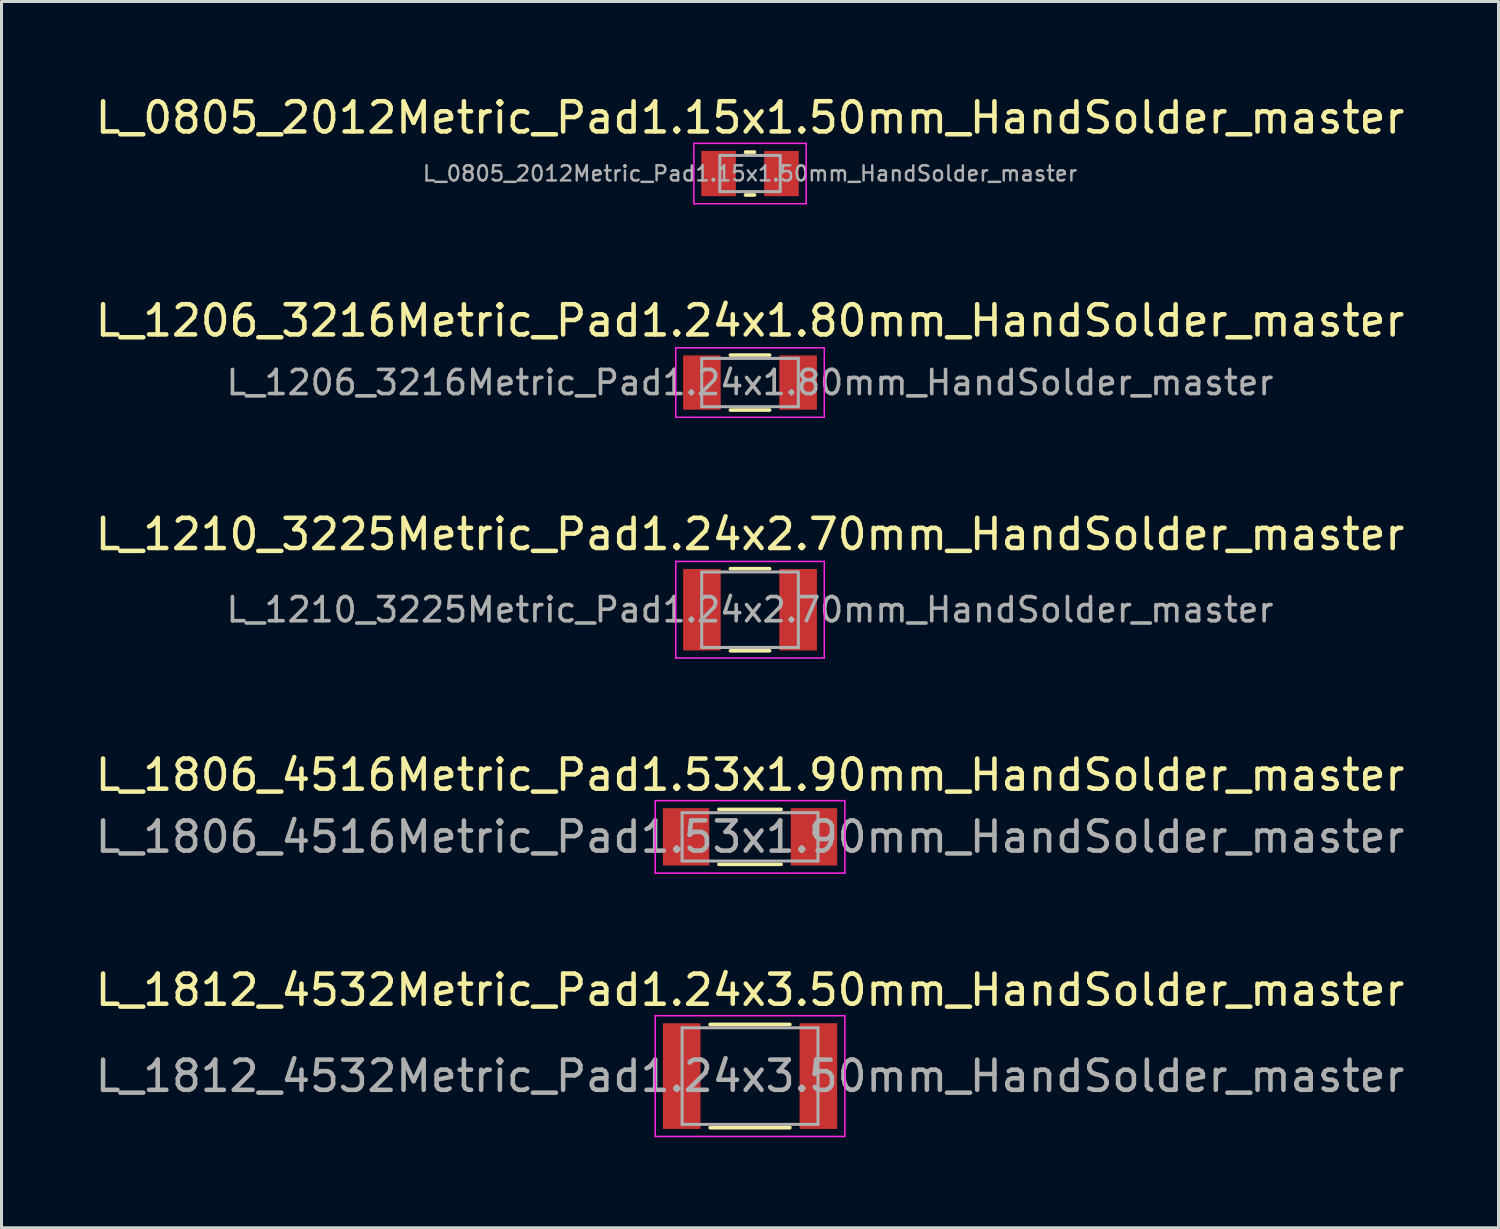
<source format=kicad_pcb>
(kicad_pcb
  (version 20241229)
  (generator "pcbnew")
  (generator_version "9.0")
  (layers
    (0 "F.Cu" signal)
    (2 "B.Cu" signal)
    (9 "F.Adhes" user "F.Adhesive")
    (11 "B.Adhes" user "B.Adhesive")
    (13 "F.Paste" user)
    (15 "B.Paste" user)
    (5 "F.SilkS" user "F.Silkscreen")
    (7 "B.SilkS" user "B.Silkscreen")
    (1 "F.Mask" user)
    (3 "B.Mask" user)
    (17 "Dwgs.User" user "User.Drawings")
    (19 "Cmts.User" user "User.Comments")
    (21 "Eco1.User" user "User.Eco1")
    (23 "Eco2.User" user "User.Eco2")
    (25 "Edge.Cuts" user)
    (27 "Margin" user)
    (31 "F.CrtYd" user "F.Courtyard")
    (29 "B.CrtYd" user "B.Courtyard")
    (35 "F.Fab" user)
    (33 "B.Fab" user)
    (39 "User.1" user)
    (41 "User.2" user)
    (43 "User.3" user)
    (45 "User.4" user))
  (footprint "L_1210_3225Metric_Pad1.24x2.70mm_HandSolder_master"
    (layer "F.Cu")
    (at 21.792 17.145)
    (property "Reference" "L_1210_3225Metric_Pad1.24x2.70mm_HandSolder_master" (at 0 -2.5 0) (layer "F.SilkS") (effects (font (size 1 1) (thickness 0.15))))
    (attr smd)
    (fp_line (start -0.65 -1.36) (end 0.65 -1.36) (stroke (width 0.12) (type solid)) (layer "F.SilkS"))
    (fp_line (start -0.65 1.36) (end 0.65 1.36) (stroke (width 0.12) (type solid)) (layer "F.SilkS"))
    (fp_line (start -2.46 -1.6) (end 2.46 -1.6) (stroke (width 0.05) (type solid)) (layer "F.CrtYd"))
    (fp_line (start -2.46 1.6) (end -2.46 -1.6) (stroke (width 0.05) (type solid)) (layer "F.CrtYd"))
    (fp_line (start 2.46 -1.6) (end 2.46 1.6) (stroke (width 0.05) (type solid)) (layer "F.CrtYd"))
    (fp_line (start 2.46 1.6) (end -2.46 1.6) (stroke (width 0.05) (type solid)) (layer "F.CrtYd"))
    (fp_line (start -1.6 -1.25) (end 1.6 -1.25) (stroke (width 0.1) (type solid)) (layer "F.Fab"))
    (fp_line (start -1.6 1.25) (end -1.6 -1.25) (stroke (width 0.1) (type solid)) (layer "F.Fab"))
    (fp_line (start 1.6 -1.25) (end 1.6 1.25) (stroke (width 0.1) (type solid)) (layer "F.Fab"))
    (fp_line (start 1.6 1.25) (end -1.6 1.25) (stroke (width 0.1) (type solid)) (layer "F.Fab"))
    (fp_text user "${REFERENCE}" (at 0 0 0) (layer "F.Fab") (effects (font (size 0.8 0.8) (thickness 0.12))))
    (pad "1" smd rect (at -1.593 0) (size 1.245 2.7) (layers "F.Cu" "F.Mask" "F.Paste"))
    (pad "2" smd rect (at 1.593 0) (size 1.245 2.7) (layers "F.Cu" "F.Mask" "F.Paste")))
  (footprint "L_1806_4516Metric_Pad1.53x1.90mm_HandSolder_master"
    (layer "F.Cu")
    (at 21.792 24.668)
    (property "Reference" "L_1806_4516Metric_Pad1.53x1.90mm_HandSolder_master" (at 0 -2.05 0) (layer "F.SilkS") (effects (font (size 1 1) (thickness 0.15))))
    (attr smd)
    (fp_line (start -1.03 -0.91) (end 1.03 -0.91) (stroke (width 0.12) (type solid)) (layer "F.SilkS"))
    (fp_line (start -1.03 0.91) (end 1.03 0.91) (stroke (width 0.12) (type solid)) (layer "F.SilkS"))
    (fp_line (start -3.14 -1.2) (end 3.14 -1.2) (stroke (width 0.05) (type solid)) (layer "F.CrtYd"))
    (fp_line (start -3.14 1.2) (end -3.14 -1.2) (stroke (width 0.05) (type solid)) (layer "F.CrtYd"))
    (fp_line (start 3.14 -1.2) (end 3.14 1.2) (stroke (width 0.05) (type solid)) (layer "F.CrtYd"))
    (fp_line (start 3.14 1.2) (end -3.14 1.2) (stroke (width 0.05) (type solid)) (layer "F.CrtYd"))
    (fp_line (start -2.25 -0.8) (end 2.25 -0.8) (stroke (width 0.1) (type solid)) (layer "F.Fab"))
    (fp_line (start -2.25 0.8) (end -2.25 -0.8) (stroke (width 0.1) (type solid)) (layer "F.Fab"))
    (fp_line (start 2.25 -0.8) (end 2.25 0.8) (stroke (width 0.1) (type solid)) (layer "F.Fab"))
    (fp_line (start 2.25 0.8) (end -2.25 0.8) (stroke (width 0.1) (type solid)) (layer "F.Fab"))
    (fp_text user "${REFERENCE}" (at 0 0 0) (layer "F.Fab") (effects (font (size 1 1) (thickness 0.15))))
    (pad "1" smd rect (at -2.118 0) (size 1.535 1.9) (layers "F.Cu" "F.Mask" "F.Paste"))
    (pad "2" smd rect (at 2.118 0) (size 1.535 1.9) (layers "F.Cu" "F.Mask" "F.Paste")))
  (footprint "L_1812_4532Metric_Pad1.24x3.50mm_HandSolder_master"
    (layer "F.Cu")
    (at 21.792 32.591)
    (property "Reference" "L_1812_4532Metric_Pad1.24x3.50mm_HandSolder_master" (at 0 -2.85 0) (layer "F.SilkS") (effects (font (size 1 1) (thickness 0.15))))
    (attr smd)
    (fp_line (start -1.32 -1.71) (end 1.32 -1.71) (stroke (width 0.12) (type solid)) (layer "F.SilkS"))
    (fp_line (start -1.32 1.71) (end 1.32 1.71) (stroke (width 0.12) (type solid)) (layer "F.SilkS"))
    (fp_line (start -3.14 -2) (end 3.14 -2) (stroke (width 0.05) (type solid)) (layer "F.CrtYd"))
    (fp_line (start -3.14 2) (end -3.14 -2) (stroke (width 0.05) (type solid)) (layer "F.CrtYd"))
    (fp_line (start 3.14 -2) (end 3.14 2) (stroke (width 0.05) (type solid)) (layer "F.CrtYd"))
    (fp_line (start 3.14 2) (end -3.14 2) (stroke (width 0.05) (type solid)) (layer "F.CrtYd"))
    (fp_line (start -2.25 -1.6) (end 2.25 -1.6) (stroke (width 0.1) (type solid)) (layer "F.Fab"))
    (fp_line (start -2.25 1.6) (end -2.25 -1.6) (stroke (width 0.1) (type solid)) (layer "F.Fab"))
    (fp_line (start 2.25 -1.6) (end 2.25 1.6) (stroke (width 0.1) (type solid)) (layer "F.Fab"))
    (fp_line (start 2.25 1.6) (end -2.25 1.6) (stroke (width 0.1) (type solid)) (layer "F.Fab"))
    (fp_text user "${REFERENCE}" (at 0 0 0) (layer "F.Fab") (effects (font (size 1 1) (thickness 0.15))))
    (pad "1" smd rect (at -2.263 0) (size 1.245 3.5) (layers "F.Cu" "F.Mask" "F.Paste"))
    (pad "2" smd rect (at 2.263 0) (size 1.245 3.5) (layers "F.Cu" "F.Mask" "F.Paste")))
  (footprint "L_1206_3216Metric_Pad1.24x1.80mm_HandSolder_master"
    (layer "F.Cu")
    (at 21.792 9.621)
    (property "Reference" "L_1206_3216Metric_Pad1.24x1.80mm_HandSolder_master" (at 0 -2.05 0) (layer "F.SilkS") (effects (font (size 1 1) (thickness 0.15))))
    (attr smd)
    (fp_line (start -0.65 -0.91) (end 0.65 -0.91) (stroke (width 0.12) (type solid)) (layer "F.SilkS"))
    (fp_line (start -0.65 0.91) (end 0.65 0.91) (stroke (width 0.12) (type solid)) (layer "F.SilkS"))
    (fp_line (start -2.46 -1.15) (end 2.46 -1.15) (stroke (width 0.05) (type solid)) (layer "F.CrtYd"))
    (fp_line (start -2.46 1.15) (end -2.46 -1.15) (stroke (width 0.05) (type solid)) (layer "F.CrtYd"))
    (fp_line (start 2.46 -1.15) (end 2.46 1.15) (stroke (width 0.05) (type solid)) (layer "F.CrtYd"))
    (fp_line (start 2.46 1.15) (end -2.46 1.15) (stroke (width 0.05) (type solid)) (layer "F.CrtYd"))
    (fp_line (start -1.6 -0.8) (end 1.6 -0.8) (stroke (width 0.1) (type solid)) (layer "F.Fab"))
    (fp_line (start -1.6 0.8) (end -1.6 -0.8) (stroke (width 0.1) (type solid)) (layer "F.Fab"))
    (fp_line (start 1.6 -0.8) (end 1.6 0.8) (stroke (width 0.1) (type solid)) (layer "F.Fab"))
    (fp_line (start 1.6 0.8) (end -1.6 0.8) (stroke (width 0.1) (type solid)) (layer "F.Fab"))
    (fp_text user "${REFERENCE}" (at 0 0 0) (layer "F.Fab") (effects (font (size 0.8 0.8) (thickness 0.12))))
    (pad "1" smd rect (at -1.593 0) (size 1.245 1.8) (layers "F.Cu" "F.Mask" "F.Paste"))
    (pad "2" smd rect (at 1.593 0) (size 1.245 1.8) (layers "F.Cu" "F.Mask" "F.Paste")))
  (footprint "L_0805_2012Metric_Pad1.15x1.50mm_HandSolder_master"
    (layer "F.Cu")
    (at 21.792 2.698)
    (property "Reference" "L_0805_2012Metric_Pad1.15x1.50mm_HandSolder_master" (at 0 -1.85 0) (layer "F.SilkS") (effects (font (size 1 1) (thickness 0.15))))
    (attr smd)
    (fp_line (start -0.15 -0.71) (end 0.15 -0.71) (stroke (width 0.12) (type solid)) (layer "F.SilkS"))
    (fp_line (start -0.15 0.71) (end 0.15 0.71) (stroke (width 0.12) (type solid)) (layer "F.SilkS"))
    (fp_line (start -1.86 -1) (end 1.86 -1) (stroke (width 0.05) (type solid)) (layer "F.CrtYd"))
    (fp_line (start -1.86 1) (end -1.86 -1) (stroke (width 0.05) (type solid)) (layer "F.CrtYd"))
    (fp_line (start 1.86 -1) (end 1.86 1) (stroke (width 0.05) (type solid)) (layer "F.CrtYd"))
    (fp_line (start 1.86 1) (end -1.86 1) (stroke (width 0.05) (type solid)) (layer "F.CrtYd"))
    (fp_line (start -1 -0.6) (end 1 -0.6) (stroke (width 0.1) (type solid)) (layer "F.Fab"))
    (fp_line (start -1 0.6) (end -1 -0.6) (stroke (width 0.1) (type solid)) (layer "F.Fab"))
    (fp_line (start 1 -0.6) (end 1 0.6) (stroke (width 0.1) (type solid)) (layer "F.Fab"))
    (fp_line (start 1 0.6) (end -1 0.6) (stroke (width 0.1) (type solid)) (layer "F.Fab"))
    (fp_text user "${REFERENCE}" (at 0 0 0) (layer "F.Fab") (effects (font (size 0.5 0.5) (thickness 0.08))))
    (pad "1" smd rect (at -1.042 0) (size 1.145 1.5) (layers "F.Cu" "F.Mask" "F.Paste"))
    (pad "2" smd rect (at 1.042 0) (size 1.145 1.5) (layers "F.Cu" "F.Mask" "F.Paste")))
  (gr_rect
    (start -3 -3)
    (end 46.583 37.616)
    (stroke (width 0.1) (type default))
    (fill no)
    (layer "Edge.Cuts")))
</source>
